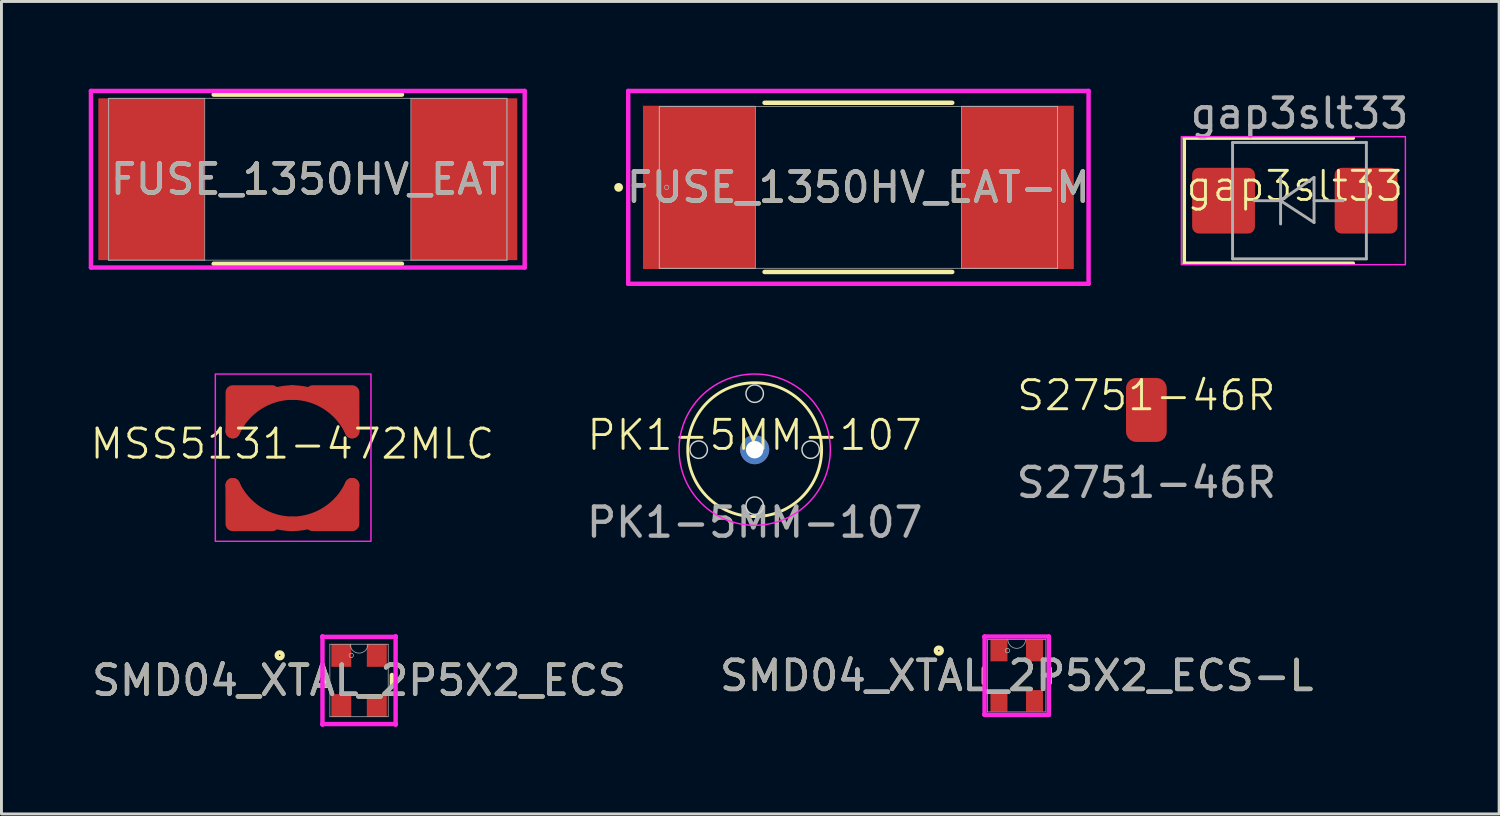
<source format=kicad_pcb>
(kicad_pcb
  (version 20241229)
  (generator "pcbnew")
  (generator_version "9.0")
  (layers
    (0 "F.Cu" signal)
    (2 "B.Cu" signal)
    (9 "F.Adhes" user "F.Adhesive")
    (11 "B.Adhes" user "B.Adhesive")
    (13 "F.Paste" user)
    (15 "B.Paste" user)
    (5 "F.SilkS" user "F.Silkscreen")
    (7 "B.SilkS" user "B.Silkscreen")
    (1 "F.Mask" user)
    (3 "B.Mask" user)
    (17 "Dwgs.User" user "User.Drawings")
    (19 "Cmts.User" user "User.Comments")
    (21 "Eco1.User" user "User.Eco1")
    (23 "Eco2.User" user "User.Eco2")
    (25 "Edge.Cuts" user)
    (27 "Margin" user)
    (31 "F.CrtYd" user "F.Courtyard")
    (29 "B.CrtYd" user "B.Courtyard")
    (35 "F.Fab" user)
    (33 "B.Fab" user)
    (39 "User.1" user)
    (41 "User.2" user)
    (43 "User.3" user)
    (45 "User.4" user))
  (footprint "FUSE_1350HV_EAT"
    (layer "F.Cu")
    (at 7.531 3.111)
    (property "Reference" "FUSE_1350HV_EAT" (at 0 0 0) (unlocked yes) (layer "F.SilkS") (effects (font (size 1 1) (thickness 0.15))))
    (attr smd)
    (fp_line (start -3.236 2.908) (end 3.236 2.908) (stroke (width 0.152) (type solid)) (layer "F.SilkS"))
    (fp_line (start 3.236 -2.908) (end -3.236 -2.908) (stroke (width 0.152) (type solid)) (layer "F.SilkS"))
    (fp_line (start -7.455 -3.035) (end 7.455 -3.035) (stroke (width 0.152) (type solid)) (layer "F.CrtYd"))
    (fp_line (start -7.455 3.035) (end -7.455 -3.035) (stroke (width 0.152) (type solid)) (layer "F.CrtYd"))
    (fp_line (start 7.455 -3.035) (end 7.455 3.035) (stroke (width 0.152) (type solid)) (layer "F.CrtYd"))
    (fp_line (start 7.455 3.035) (end -7.455 3.035) (stroke (width 0.152) (type solid)) (layer "F.CrtYd"))
    (fp_line (start -6.845 -2.781) (end -6.845 2.781) (stroke (width 0.025) (type solid)) (layer "F.Fab"))
    (fp_line (start -6.845 -2.781) (end -6.845 2.781) (stroke (width 0.025) (type solid)) (layer "F.Fab"))
    (fp_line (start -6.845 2.781) (end -3.543 2.781) (stroke (width 0.025) (type solid)) (layer "F.Fab"))
    (fp_line (start -6.845 2.781) (end 6.845 2.781) (stroke (width 0.025) (type solid)) (layer "F.Fab"))
    (fp_line (start -3.543 -2.781) (end -6.845 -2.781) (stroke (width 0.025) (type solid)) (layer "F.Fab"))
    (fp_line (start -3.543 2.781) (end -3.543 -2.781) (stroke (width 0.025) (type solid)) (layer "F.Fab"))
    (fp_line (start 3.543 -2.781) (end 3.543 2.781) (stroke (width 0.025) (type solid)) (layer "F.Fab"))
    (fp_line (start 3.543 2.781) (end 6.845 2.781) (stroke (width 0.025) (type solid)) (layer "F.Fab"))
    (fp_line (start 6.845 -2.781) (end -6.845 -2.781) (stroke (width 0.025) (type solid)) (layer "F.Fab"))
    (fp_line (start 6.845 -2.781) (end 3.543 -2.781) (stroke (width 0.025) (type solid)) (layer "F.Fab"))
    (fp_line (start 6.845 2.781) (end 6.845 -2.781) (stroke (width 0.025) (type solid)) (layer "F.Fab"))
    (fp_line (start 6.845 2.781) (end 6.845 -2.781) (stroke (width 0.025) (type solid)) (layer "F.Fab"))
    (fp_circle (center -6.591 0) (end -6.591 0) (stroke (width 0.025) (type solid)) (fill no) (layer "F.Fab"))
    (fp_text user "${REFERENCE}" (at 0 0 0) (unlocked yes) (layer "F.Fab") (effects (font (size 1 1) (thickness 0.15))))
    (pad "1" smd rect (at -5.372 0) (size 3.658 5.563) (layers "F.Cu" "F.Mask" "F.Paste"))
    (pad "2" smd rect (at 5.372 0) (size 3.658 5.563) (layers "F.Cu" "F.Mask" "F.Paste"))
    (zone (net_name "") (layer "F.Cu") (hatch full 0.508) (connect_pads) (min_thickness 0.254) (filled_areas_thickness no) (keepout (tracks not_allowed) (vias not_allowed) (pads allowed) (copperpour not_allowed) (footprints allowed)) (placement (enabled no)) (fill) (polygon (pts (xy 4.039 0.381) (xy 11.024 0.381) (xy 11.024 5.842) (xy 4.039 5.842)))))
  (footprint "SMD04_XTAL_2P5X2_ECS-L"
    (layer "F.Cu")
    (at 31.899 20.177)
    (property "Reference" "SMD04_XTAL_2P5X2_ECS-L" (at 0 0 0) (unlocked yes) (layer "F.SilkS") (effects (font (size 1 1) (thickness 0.15))))
    (attr smd)
    (fp_line (start -1.13 -0.252) (end -1.13 0.252) (stroke (width 0.152) (type solid)) (layer "F.SilkS"))
    (fp_line (start 1.13 0.252) (end 1.13 -0.252) (stroke (width 0.152) (type solid)) (layer "F.SilkS"))
    (fp_circle (center -2.678 -0.863) (end -2.576 -0.863) (stroke (width 0.152) (type solid)) (fill no) (layer "F.SilkS"))
    (fp_line (start -1.105 -1.346) (end 1.105 -1.346) (stroke (width 0.152) (type solid)) (layer "F.CrtYd"))
    (fp_line (start -1.105 -1.332) (end -1.105 -1.346) (stroke (width 0.152) (type solid)) (layer "F.CrtYd"))
    (fp_line (start -1.105 -1.332) (end -1.105 -1.332) (stroke (width 0.152) (type solid)) (layer "F.CrtYd"))
    (fp_line (start -1.105 1.332) (end -1.105 -1.332) (stroke (width 0.152) (type solid)) (layer "F.CrtYd"))
    (fp_line (start -1.105 1.332) (end -1.105 1.332) (stroke (width 0.152) (type solid)) (layer "F.CrtYd"))
    (fp_line (start -1.105 1.346) (end -1.105 1.332) (stroke (width 0.152) (type solid)) (layer "F.CrtYd"))
    (fp_line (start 1.105 -1.346) (end 1.105 -1.332) (stroke (width 0.152) (type solid)) (layer "F.CrtYd"))
    (fp_line (start 1.105 -1.332) (end 1.105 -1.332) (stroke (width 0.152) (type solid)) (layer "F.CrtYd"))
    (fp_line (start 1.105 -1.332) (end 1.105 1.332) (stroke (width 0.152) (type solid)) (layer "F.CrtYd"))
    (fp_line (start 1.105 1.332) (end 1.105 1.332) (stroke (width 0.152) (type solid)) (layer "F.CrtYd"))
    (fp_line (start 1.105 1.332) (end 1.105 1.346) (stroke (width 0.152) (type solid)) (layer "F.CrtYd"))
    (fp_line (start 1.105 1.346) (end -1.105 1.346) (stroke (width 0.152) (type solid)) (layer "F.CrtYd"))
    (fp_line (start -1.003 -1.245) (end -1.003 1.245) (stroke (width 0.025) (type solid)) (layer "F.Fab"))
    (fp_line (start -1.003 1.245) (end 1.003 1.245) (stroke (width 0.025) (type solid)) (layer "F.Fab"))
    (fp_line (start 1.003 -1.245) (end -1.003 -1.245) (stroke (width 0.025) (type solid)) (layer "F.Fab"))
    (fp_line (start 1.003 1.245) (end 1.003 -1.245) (stroke (width 0.025) (type solid)) (layer "F.Fab"))
    (fp_arc (start 0.3048 -1.2446) (mid 0 -0.9398) (end -0.3048 -1.2446) (stroke (width 0.0254) (type solid)) (layer "F.Fab"))
    (fp_circle (center -0.318 -0.863) (end -0.241 -0.863) (stroke (width 0.025) (type solid)) (fill no) (layer "F.Fab"))
    (fp_text user "${REFERENCE}" (at 0 0 0) (unlocked yes) (layer "F.Fab") (effects (font (size 1 1) (thickness 0.15))))
    (pad "1" smd rect (at -0.61 -0.863) (size 0.584 0.737) (layers "F.Cu" "F.Mask" "F.Paste"))
    (pad "2" smd rect (at -0.61 0.863) (size 0.584 0.737) (layers "F.Cu" "F.Mask" "F.Paste"))
    (pad "3" smd rect (at 0.61 0.863) (size 0.584 0.737) (layers "F.Cu" "F.Mask" "F.Paste"))
    (pad "4" smd rect (at 0.61 -0.863) (size 0.584 0.737) (layers "F.Cu" "F.Mask" "F.Paste")))
  (footprint "SMD04_XTAL_2P5X2_ECS"
    (layer "F.Cu")
    (at 9.292 20.341)
    (property "Reference" "SMD04_XTAL_2P5X2_ECS" (at 0 0 0) (unlocked yes) (layer "F.SilkS") (effects (font (size 1 1) (thickness 0.15))))
    (attr smd)
    (fp_line (start -1.13 -0.188) (end -1.13 0.188) (stroke (width 0.152) (type solid)) (layer "F.SilkS"))
    (fp_line (start 1.13 0.188) (end 1.13 -0.188) (stroke (width 0.152) (type solid)) (layer "F.SilkS"))
    (fp_circle (center -2.728 -0.863) (end -2.627 -0.863) (stroke (width 0.152) (type solid)) (fill no) (layer "F.SilkS"))
    (fp_line (start -1.257 -1.51) (end -1.257 -1.51) (stroke (width 0.152) (type solid)) (layer "F.CrtYd"))
    (fp_line (start -1.257 -1.51) (end -1.257 -1.499) (stroke (width 0.152) (type solid)) (layer "F.CrtYd"))
    (fp_line (start -1.257 -1.499) (end 1.257 -1.499) (stroke (width 0.152) (type solid)) (layer "F.CrtYd"))
    (fp_line (start -1.257 1.499) (end -1.257 1.51) (stroke (width 0.152) (type solid)) (layer "F.CrtYd"))
    (fp_line (start -1.257 1.51) (end -1.257 -1.51) (stroke (width 0.152) (type solid)) (layer "F.CrtYd"))
    (fp_line (start -1.257 1.51) (end -1.257 1.51) (stroke (width 0.152) (type solid)) (layer "F.CrtYd"))
    (fp_line (start 1.257 -1.51) (end 1.257 -1.51) (stroke (width 0.152) (type solid)) (layer "F.CrtYd"))
    (fp_line (start 1.257 -1.51) (end 1.257 1.51) (stroke (width 0.152) (type solid)) (layer "F.CrtYd"))
    (fp_line (start 1.257 -1.499) (end 1.257 -1.51) (stroke (width 0.152) (type solid)) (layer "F.CrtYd"))
    (fp_line (start 1.257 1.499) (end -1.257 1.499) (stroke (width 0.152) (type solid)) (layer "F.CrtYd"))
    (fp_line (start 1.257 1.51) (end 1.257 1.499) (stroke (width 0.152) (type solid)) (layer "F.CrtYd"))
    (fp_line (start 1.257 1.51) (end 1.257 1.51) (stroke (width 0.152) (type solid)) (layer "F.CrtYd"))
    (fp_line (start -1.003 -1.245) (end -1.003 1.245) (stroke (width 0.025) (type solid)) (layer "F.Fab"))
    (fp_line (start -1.003 1.245) (end 1.003 1.245) (stroke (width 0.025) (type solid)) (layer "F.Fab"))
    (fp_line (start 1.003 -1.245) (end -1.003 -1.245) (stroke (width 0.025) (type solid)) (layer "F.Fab"))
    (fp_line (start 1.003 1.245) (end 1.003 -1.245) (stroke (width 0.025) (type solid)) (layer "F.Fab"))
    (fp_arc (start 0.3048 -1.2446) (mid 0 -0.9398) (end -0.3048 -1.2446) (stroke (width 0.0254) (type solid)) (layer "F.Fab"))
    (fp_circle (center -0.267 -0.863) (end -0.191 -0.863) (stroke (width 0.025) (type solid)) (fill no) (layer "F.Fab"))
    (fp_text user "${REFERENCE}" (at 0 0 0) (unlocked yes) (layer "F.Fab") (effects (font (size 1 1) (thickness 0.15))))
    (pad "1" smd rect (at -0.61 -0.863) (size 0.686 0.787) (layers "F.Cu" "F.Mask" "F.Paste"))
    (pad "2" smd rect (at -0.61 0.863) (size 0.686 0.787) (layers "F.Cu" "F.Mask" "F.Paste"))
    (pad "3" smd rect (at 0.61 0.863) (size 0.686 0.787) (layers "F.Cu" "F.Mask" "F.Paste"))
    (pad "4" smd rect (at 0.61 -0.863) (size 0.686 0.787) (layers "F.Cu" "F.Mask" "F.Paste")))
  (footprint "FUSE_1350HV_EAT-M"
    (layer "F.Cu")
    (at 26.457 3.391)
    (property "Reference" "FUSE_1350HV_EAT-M" (at 0 0 0) (unlocked yes) (layer "F.SilkS") (effects (font (size 1 1) (thickness 0.15))))
    (attr smd)
    (fp_line (start -3.226 2.908) (end 3.226 2.908) (stroke (width 0.152) (type solid)) (layer "F.SilkS"))
    (fp_line (start 3.226 -2.908) (end -3.226 -2.908) (stroke (width 0.152) (type solid)) (layer "F.SilkS"))
    (fp_circle (center -8.242 0) (end -8.166 0) (stroke (width 0.152) (type solid)) (fill no) (layer "F.SilkS"))
    (fp_line (start -7.912 -3.315) (end 7.912 -3.315) (stroke (width 0.152) (type solid)) (layer "F.CrtYd"))
    (fp_line (start -7.912 3.315) (end -7.912 -3.315) (stroke (width 0.152) (type solid)) (layer "F.CrtYd"))
    (fp_line (start 7.912 -3.315) (end 7.912 3.315) (stroke (width 0.152) (type solid)) (layer "F.CrtYd"))
    (fp_line (start 7.912 3.315) (end -7.912 3.315) (stroke (width 0.152) (type solid)) (layer "F.CrtYd"))
    (fp_line (start -6.845 -2.781) (end -6.845 2.781) (stroke (width 0.025) (type solid)) (layer "F.Fab"))
    (fp_line (start -6.845 -2.781) (end -6.845 2.781) (stroke (width 0.025) (type solid)) (layer "F.Fab"))
    (fp_line (start -6.845 2.781) (end -3.543 2.781) (stroke (width 0.025) (type solid)) (layer "F.Fab"))
    (fp_line (start -6.845 2.781) (end 6.845 2.781) (stroke (width 0.025) (type solid)) (layer "F.Fab"))
    (fp_line (start -3.543 -2.781) (end -6.845 -2.781) (stroke (width 0.025) (type solid)) (layer "F.Fab"))
    (fp_line (start -3.543 2.781) (end -3.543 -2.781) (stroke (width 0.025) (type solid)) (layer "F.Fab"))
    (fp_line (start 3.543 -2.781) (end 3.543 2.781) (stroke (width 0.025) (type solid)) (layer "F.Fab"))
    (fp_line (start 3.543 2.781) (end 6.845 2.781) (stroke (width 0.025) (type solid)) (layer "F.Fab"))
    (fp_line (start 6.845 -2.781) (end -6.845 -2.781) (stroke (width 0.025) (type solid)) (layer "F.Fab"))
    (fp_line (start 6.845 -2.781) (end 3.543 -2.781) (stroke (width 0.025) (type solid)) (layer "F.Fab"))
    (fp_line (start 6.845 2.781) (end 6.845 -2.781) (stroke (width 0.025) (type solid)) (layer "F.Fab"))
    (fp_line (start 6.845 2.781) (end 6.845 -2.781) (stroke (width 0.025) (type solid)) (layer "F.Fab"))
    (fp_circle (center -6.591 0) (end -6.515 0) (stroke (width 0.025) (type solid)) (fill no) (layer "F.Fab"))
    (fp_text user "${REFERENCE}" (at 0 0 0) (unlocked yes) (layer "F.Fab") (effects (font (size 1 1) (thickness 0.15))))
    (pad "1" smd rect (at -5.474 0) (size 3.861 5.613) (layers "F.Cu" "F.Mask" "F.Paste"))
    (pad "2" smd rect (at 5.474 0) (size 3.861 5.613) (layers "F.Cu" "F.Mask" "F.Paste"))
    (zone (net_name "") (layer "F.Cu") (hatch full 0.508) (connect_pads) (min_thickness 0.254) (filled_areas_thickness no) (keepout (tracks not_allowed) (vias not_allowed) (pads allowed) (copperpour not_allowed) (footprints allowed)) (placement (enabled no)) (fill) (polygon (pts (xy 22.964 0.66) (xy 29.949 0.66) (xy 29.949 6.121) (xy 22.964 6.121)))))
  (footprint "S2751-46R"
    (layer "F.Cu")
    (at 36.356 11.042)
    (property "Reference" "S2751-46R" (at 0 -0.5 0) (unlocked yes) (layer "F.SilkS") (effects (font (size 1 1) (thickness 0.1))))
    (attr smd)
    (fp_text user "${REFERENCE}" (at 0 2.5 0) (unlocked yes) (layer "F.Fab") (effects (font (size 1 1) (thickness 0.15))))
    (pad "1" smd roundrect (at 0 0) (size 1.4 2.2) (layers "F.Cu" "F.Mask") (roundrect_rratio 0.25)))
  (footprint "MSS5131-472MLC"
    (layer "F.Cu")
    (at 7.002 12.707)
    (property "Reference" "MSS5131-472MLC" (at 0 -0.5 0) (unlocked yes) (layer "F.SilkS") (effects (font (size 1 1) (thickness 0.1))))
    (attr smd)
    (fp_arc (start -2.05 -0.937635) (mid -1.217434 -1.9) (end 0.001823 -2.264314) (stroke (width 0.5) (type default)) (layer "F.Cu"))
    (fp_arc (start 0 2.25) (mid -1.219257 1.885686) (end -2.051823 0.923321) (stroke (width 0.5) (type default)) (layer "F.Cu"))
    (fp_arc (start 0.001823 -2.264314) (mid 1.22108 -1.9) (end 2.053646 -0.937635) (stroke (width 0.5) (type default)) (layer "F.Cu"))
    (fp_arc (start 2.051823 0.923321) (mid 1.219257 1.885686) (end 0 2.25) (stroke (width 0.5) (type default)) (layer "F.Cu"))
    (fp_poly (pts (xy -2.052 0.923) (xy -1.8 1.6) (xy -0.7 2.25) (xy 0 2.25) (xy -2.05 2.25)) (stroke (width 0.5) (type solid)) (fill yes) (layer "F.Cu"))
    (fp_poly (pts (xy -2.05 -0.938) (xy -1.798 -1.614) (xy -0.698 -2.264) (xy 0.002 -2.264) (xy -2.048 -2.264)) (stroke (width 0.5) (type solid)) (fill yes) (layer "F.Cu"))
    (fp_poly (pts (xy 2.052 0.923) (xy 1.8 1.6) (xy 0.7 2.25) (xy 0 2.25) (xy 2.05 2.25)) (stroke (width 0.5) (type solid)) (fill yes) (layer "F.Cu"))
    (fp_poly (pts (xy 2.054 -0.938) (xy 1.802 -1.614) (xy 0.702 -2.264) (xy 0.002 -2.264) (xy 2.052 -2.264)) (stroke (width 0.5) (type solid)) (fill yes) (layer "F.Cu"))
    (fp_arc (start -2.051823 -0.923046) (mid -1.219257 -1.885411) (end 0 -2.249725) (stroke (width 0.5) (type default)) (layer "F.Mask"))
    (fp_arc (start 0 -2.249725) (mid 1.219257 -1.885411) (end 2.051823 -0.923046) (stroke (width 0.5) (type default)) (layer "F.Mask"))
    (fp_arc (start 0.001586 2.254338) (mid -1.217671 1.890024) (end -2.050237 0.927659) (stroke (width 0.5) (type default)) (layer "F.Mask"))
    (fp_arc (start 2.053409 0.927659) (mid 1.220843 1.890024) (end 0.001586 2.254338) (stroke (width 0.5) (type default)) (layer "F.Mask"))
    (fp_poly (pts (xy -2.052 -0.923) (xy -1.8 -1.6) (xy -0.7 -2.25) (xy 0 -2.25) (xy -2.05 -2.25)) (stroke (width 0.5) (type solid)) (fill yes) (layer "F.Mask"))
    (fp_poly (pts (xy -2.05 0.928) (xy -1.798 1.604) (xy -0.698 2.254) (xy 0.002 2.254) (xy -2.048 2.254)) (stroke (width 0.5) (type solid)) (fill yes) (layer "F.Mask"))
    (fp_poly (pts (xy 2.052 -0.923) (xy 1.8 -1.6) (xy 0.7 -2.25) (xy 0 -2.25) (xy 2.05 -2.25)) (stroke (width 0.5) (type solid)) (fill yes) (layer "F.Mask"))
    (fp_poly (pts (xy 2.053 0.928) (xy 1.802 1.604) (xy 0.702 2.254) (xy 0.002 2.254) (xy 2.052 2.254)) (stroke (width 0.5) (type solid)) (fill yes) (layer "F.Mask"))
    (fp_rect (start -2.65 -2.9) (end 2.7 2.85) (stroke (width 0.05) (type default)) (fill no) (layer "F.CrtYd"))
    (pad "1" smd circle (at -1.66 -2.03) (size 0.5 0.5) (layers "F.Cu" "F.Mask" "F.Paste"))
    (pad "2" smd circle (at -1.63 2.02) (size 0.5 0.5) (layers "F.Cu" "F.Mask" "F.Paste")))
  (footprint "PK1-5MM-107"
    (layer "F.Cu")
    (at 22.892 12.407)
    (property "Reference" "PK1-5MM-107" (at 0 -0.5 0) (unlocked yes) (layer "F.SilkS") (effects (font (size 1 1) (thickness 0.1))))
    (attr through_hole)
    (fp_circle (center 0 0) (end 0 2.3) (stroke (width 0.1) (type default)) (fill no) (layer "F.SilkS"))
    (fp_circle (center -1.925 0) (end -1.625 0) (stroke (width 0.05) (type default)) (fill no) (layer "Edge.Cuts"))
    (fp_circle (center 0 -1.925) (end 0.3 -1.925) (stroke (width 0.05) (type default)) (fill no) (layer "Edge.Cuts"))
    (fp_circle (center 0 1.925) (end 0.3 1.925) (stroke (width 0.05) (type default)) (fill no) (layer "Edge.Cuts"))
    (fp_circle (center 1.925 0) (end 2.225 0) (stroke (width 0.05) (type default)) (fill no) (layer "Edge.Cuts"))
    (fp_circle (center 0 0) (end 2.6 0) (stroke (width 0.05) (type default)) (fill no) (layer "F.CrtYd"))
    (fp_text user "${REFERENCE}" (at 0 2.5 0) (unlocked yes) (layer "F.Fab") (effects (font (size 1 1) (thickness 0.15))))
    (pad "1" thru_hole circle (at 0 0) (size 1 1) (drill 0.6) (layers "*.Cu" "*.Mask")))
  (footprint "gap3slt33"
    (layer "F.Cu")
    (at 41.459 3.848)
    (property "Reference" "gap3slt33" (at 0 -0.5 0) (unlocked yes) (layer "F.SilkS") (effects (font (size 1 1) (thickness 0.1))))
    (attr smd)
    (fp_line (start -3.8 -2.15) (end -3.8 2.15) (stroke (width 0.12) (type solid)) (layer "F.SilkS"))
    (fp_line (start -3.8 -2.15) (end 2.01 -2.15) (stroke (width 0.12) (type solid)) (layer "F.SilkS"))
    (fp_line (start -3.8 2.15) (end 2.01 2.15) (stroke (width 0.12) (type solid)) (layer "F.SilkS"))
    (fp_rect (start -3.9 2.2) (end 3.8 -2.2) (stroke (width 0.05) (type default)) (fill no) (layer "F.CrtYd"))
    (fp_line (start -2.14 2) (end -2.14 -2) (stroke (width 0.1) (type solid)) (layer "F.Fab"))
    (fp_line (start -0.489 -0.799) (end -0.489 0.801) (stroke (width 0.1) (type solid)) (layer "F.Fab"))
    (fp_line (start -0.489 0.001) (end -1.391 0.001) (stroke (width 0.1) (type solid)) (layer "F.Fab"))
    (fp_line (start -0.489 0.001) (end 0.661 -0.799) (stroke (width 0.1) (type solid)) (layer "F.Fab"))
    (fp_line (start -0.489 0.001) (end 0.661 0.75) (stroke (width 0.1) (type solid)) (layer "F.Fab"))
    (fp_line (start 0.661 0.001) (end 1.659 0.001) (stroke (width 0.1) (type solid)) (layer "F.Fab"))
    (fp_line (start 0.661 0.75) (end 0.661 -0.799) (stroke (width 0.1) (type solid)) (layer "F.Fab"))
    (fp_line (start 2.46 -2) (end -2.14 -2) (stroke (width 0.1) (type solid)) (layer "F.Fab"))
    (fp_line (start 2.46 -2) (end 2.46 2) (stroke (width 0.1) (type solid)) (layer "F.Fab"))
    (fp_line (start 2.46 2) (end -2.14 2) (stroke (width 0.1) (type solid)) (layer "F.Fab"))
    (fp_text user "${REFERENCE}" (at 0.16 -3 0) (layer "F.Fab") (effects (font (size 1 1) (thickness 0.15))))
    (pad "1" smd roundrect (at -2.45 0) (size 2.16 2.26) (layers "F.Cu" "F.Mask" "F.Paste") (roundrect_rratio 0.109))
    (pad "2" smd roundrect (at 2.45 0) (size 2.16 2.26) (layers "F.Cu" "F.Mask" "F.Paste") (roundrect_rratio 0.109)))
  (gr_rect
    (start -3 -3)
    (end 48.482 24.928)
    (stroke (width 0.1) (type default))
    (fill no)
    (layer "Edge.Cuts")))
</source>
